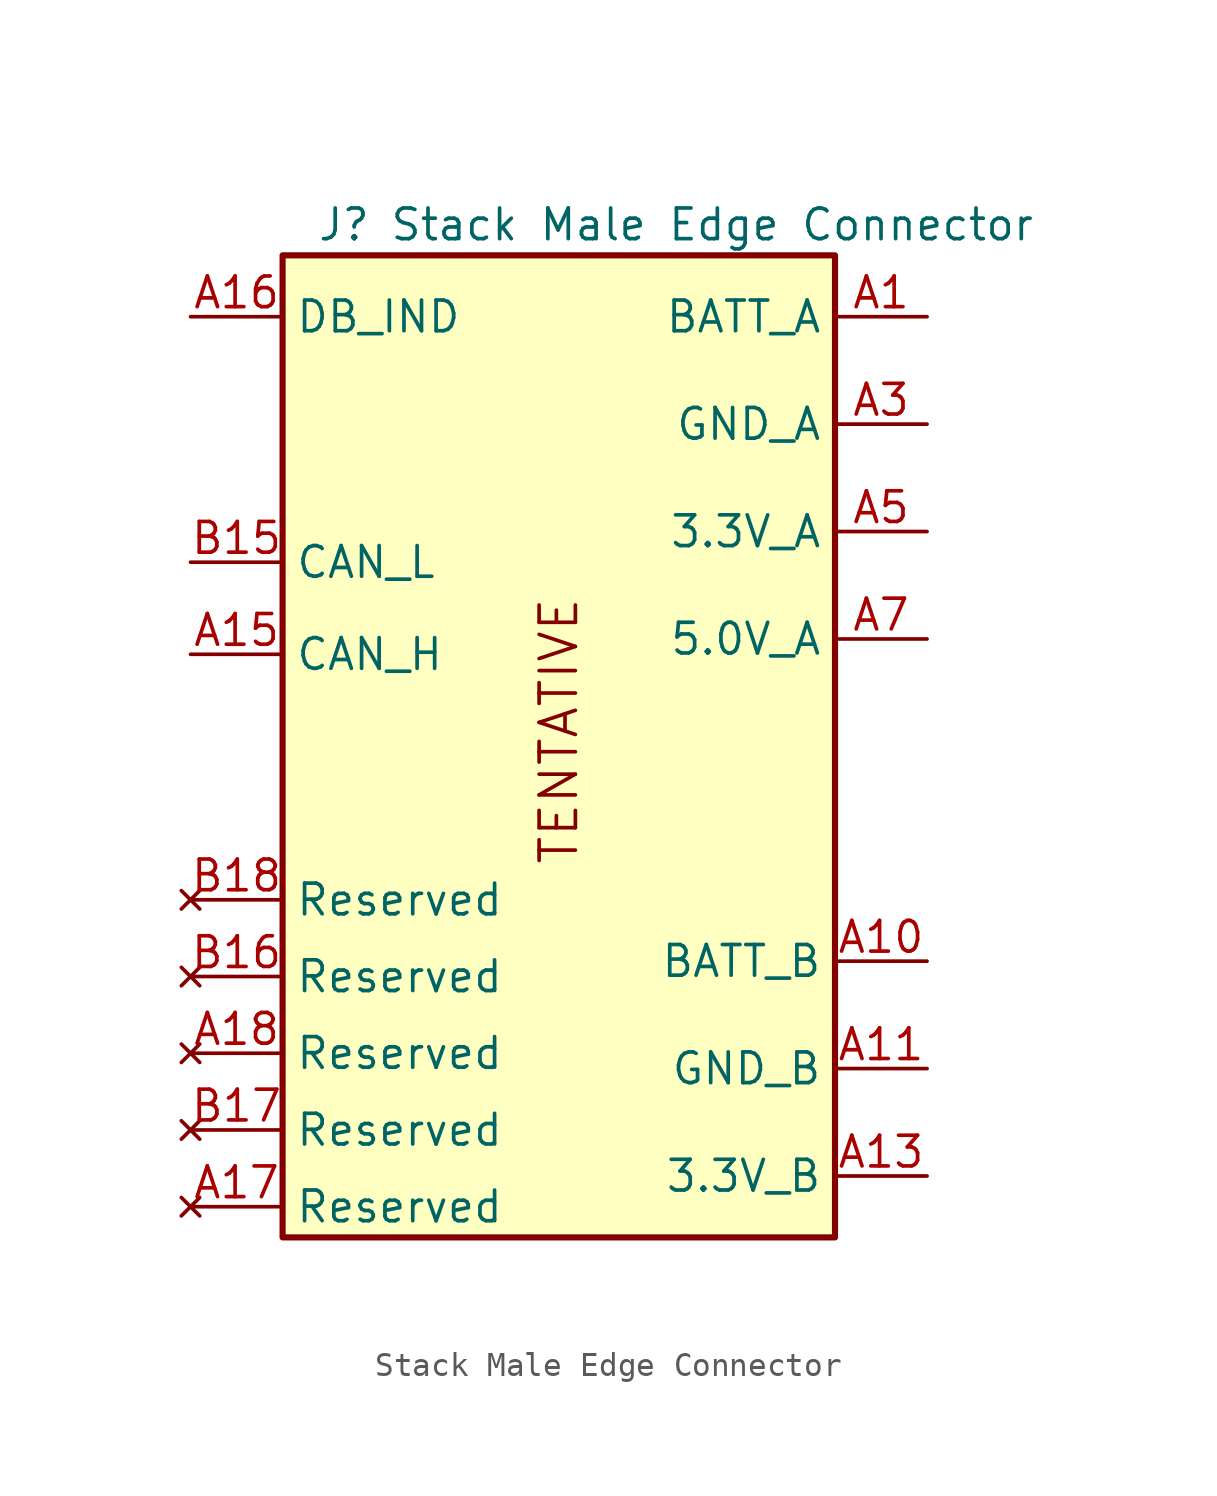
<source format=kicad_sym>
(kicad_symbol_lib
  (version 20220914)
  (generator kicad_symbol_editor)
  (symbol "Stack Male Edge Connector"
    (property "Reference" "J"
      (at -8.89 22.86 0)
      (effects (font (size 1.27 1.27))))
    (property "Value" "Stack Male Edge Connector"
      (at 6.35 22.86 0)
      (effects (font (size 1.27 1.27))))
    (symbol "Stack Male Edge Connector_0_1"
      (rectangle (start -11.43 21.59) (end 11.43 -19.05) (stroke (width 0.254) (type default)) (fill (type background))))
    (symbol "Stack Male Edge Connector_1_1"
      (text "TENTATIVE" (at 0 1.905 900) (effects (font (size 1.5 1.5))))
      (pin power_in line (at 15.24 19.05 180) (length 3.81) (name "BATT_A" (effects (font (size 1.27 1.27)))) (number "A1" (effects (font (size 1.27 1.27)))))
      (pin power_in line (at 15.24 -7.62 180) (length 3.81) (name "BATT_B" (effects (font (size 1.27 1.27)))) (number "A10" (effects (font (size 1.27 1.27)))))
      (pin power_in line (at 15.24 -12.065 180) (length 3.81) (name "GND_B" (effects (font (size 1.27 1.27)))) (number "A11" (effects (font (size 1.27 1.27)))))
      (pin passive line (at 15.24 -12.065 180) (length 3.81) hide (name "GND_B" (effects (font (size 1.27 1.27)))) (number "A12" (effects (font (size 1.27 1.27)))))
      (pin power_in line (at 15.24 -16.51 180) (length 3.81) (name "3.3V_B" (effects (font (size 1.27 1.27)))) (number "A13" (effects (font (size 1.27 1.27)))))
      (pin passive line (at 15.24 -12.065 180) (length 3.81) hide (name "GND_B" (effects (font (size 1.27 1.27)))) (number "A14" (effects (font (size 1.27 1.27)))))
      (pin bidirectional line (at -15.24 5.08 0) (length 3.81) (name "CAN_H" (effects (font (size 1.27 1.27)))) (number "A15" (effects (font (size 1.27 1.27)))))
      (pin output line (at -15.24 19.05 0) (length 3.81) (name "DB_IND" (effects (font (size 1.27 1.27)))) (number "A16" (effects (font (size 1.27 1.27)))))
      (pin no_connect line (at -15.24 -17.78 0) (length 3.81) (name "Reserved" (effects (font (size 1.27 1.27)))) (number "A17" (effects (font (size 1.27 1.27)))))
      (pin no_connect line (at -15.24 -11.43 0) (length 3.81) (name "Reserved" (effects (font (size 1.27 1.27)))) (number "A18" (effects (font (size 1.27 1.27)))))
      (pin passive line (at 15.24 19.05 180) (length 3.81) hide (name "BATT_A" (effects (font (size 1.27 1.27)))) (number "A2" (effects (font (size 1.27 1.27)))))
      (pin power_in line (at 15.24 14.605 180) (length 3.81) (name "GND_A" (effects (font (size 1.27 1.27)))) (number "A3" (effects (font (size 1.27 1.27)))))
      (pin passive line (at 15.24 14.605 180) (length 3.81) hide (name "GND_A" (effects (font (size 1.27 1.27)))) (number "A4" (effects (font (size 1.27 1.27)))))
      (pin power_in line (at 15.24 10.16 180) (length 3.81) (name "3.3V_A" (effects (font (size 1.27 1.27)))) (number "A5" (effects (font (size 1.27 1.27)))))
      (pin passive line (at 15.24 14.605 180) (length 3.81) hide (name "GND_A" (effects (font (size 1.27 1.27)))) (number "A6" (effects (font (size 1.27 1.27)))))
      (pin power_in line (at 15.24 5.715 180) (length 3.81) (name "5.0V_A" (effects (font (size 1.27 1.27)))) (number "A7" (effects (font (size 1.27 1.27)))))
      (pin passive line (at 15.24 14.605 180) (length 3.81) hide (name "GND_A" (effects (font (size 1.27 1.27)))) (number "A8" (effects (font (size 1.27 1.27)))))
      (pin passive line (at 15.24 -7.62 180) (length 3.81) hide (name "BATT_B" (effects (font (size 1.27 1.27)))) (number "A9" (effects (font (size 1.27 1.27)))))
      (pin passive line (at 15.24 19.05 180) (length 3.81) hide (name "BATT_A" (effects (font (size 1.27 1.27)))) (number "B1" (effects (font (size 1.27 1.27)))))
      (pin passive line (at 15.24 -7.62 180) (length 3.81) hide (name "BATT_B" (effects (font (size 1.27 1.27)))) (number "B10" (effects (font (size 1.27 1.27)))))
      (pin passive line (at 15.24 -12.065 180) (length 3.81) hide (name "GND_B" (effects (font (size 1.27 1.27)))) (number "B11" (effects (font (size 1.27 1.27)))))
      (pin passive line (at 15.24 -12.065 180) (length 3.81) hide (name "GND_B" (effects (font (size 1.27 1.27)))) (number "B12" (effects (font (size 1.27 1.27)))))
      (pin passive line (at 15.24 -16.51 180) (length 3.81) hide (name "3.3V_B" (effects (font (size 1.27 1.27)))) (number "B13" (effects (font (size 1.27 1.27)))))
      (pin passive line (at 15.24 -12.065 180) (length 3.81) hide (name "GND_B" (effects (font (size 1.27 1.27)))) (number "B14" (effects (font (size 1.27 1.27)))))
      (pin bidirectional line (at -15.24 8.89 0) (length 3.81) (name "CAN_L" (effects (font (size 1.27 1.27)))) (number "B15" (effects (font (size 1.27 1.27)))))
      (pin no_connect line (at -15.24 -8.255 0) (length 3.81) (name "Reserved" (effects (font (size 1.27 1.27)))) (number "B16" (effects (font (size 1.27 1.27)))))
      (pin no_connect line (at -15.24 -14.605 0) (length 3.81) (name "Reserved" (effects (font (size 1.27 1.27)))) (number "B17" (effects (font (size 1.27 1.27)))))
      (pin no_connect line (at -15.24 -5.08 0) (length 3.81) (name "Reserved" (effects (font (size 1.27 1.27)))) (number "B18" (effects (font (size 1.27 1.27)))))
      (pin passive line (at 15.24 19.05 180) (length 3.81) hide (name "BATT_A" (effects (font (size 1.27 1.27)))) (number "B2" (effects (font (size 1.27 1.27)))))
      (pin passive line (at 15.24 14.605 180) (length 3.81) hide (name "GND_A" (effects (font (size 1.27 1.27)))) (number "B3" (effects (font (size 1.27 1.27)))))
      (pin passive line (at 15.24 14.605 180) (length 3.81) hide (name "GND_A" (effects (font (size 1.27 1.27)))) (number "B4" (effects (font (size 1.27 1.27)))))
      (pin passive line (at 15.24 10.16 180) (length 3.81) hide (name "3.3V_A" (effects (font (size 1.27 1.27)))) (number "B5" (effects (font (size 1.27 1.27)))))
      (pin passive line (at 15.24 14.605 180) (length 3.81) hide (name "GND_A" (effects (font (size 1.27 1.27)))) (number "B6" (effects (font (size 1.27 1.27)))))
      (pin passive line (at 15.24 5.715 180) (length 3.81) hide (name "5.0V_A" (effects (font (size 1.27 1.27)))) (number "B7" (effects (font (size 1.27 1.27)))))
      (pin passive line (at 15.24 14.605 180) (length 3.81) hide (name "GND_A" (effects (font (size 1.27 1.27)))) (number "B8" (effects (font (size 1.27 1.27)))))
      (pin passive line (at 15.24 -7.62 180) (length 3.81) hide (name "BATT_B" (effects (font (size 1.27 1.27)))) (number "B9" (effects (font (size 1.27 1.27))))))))
</source>
